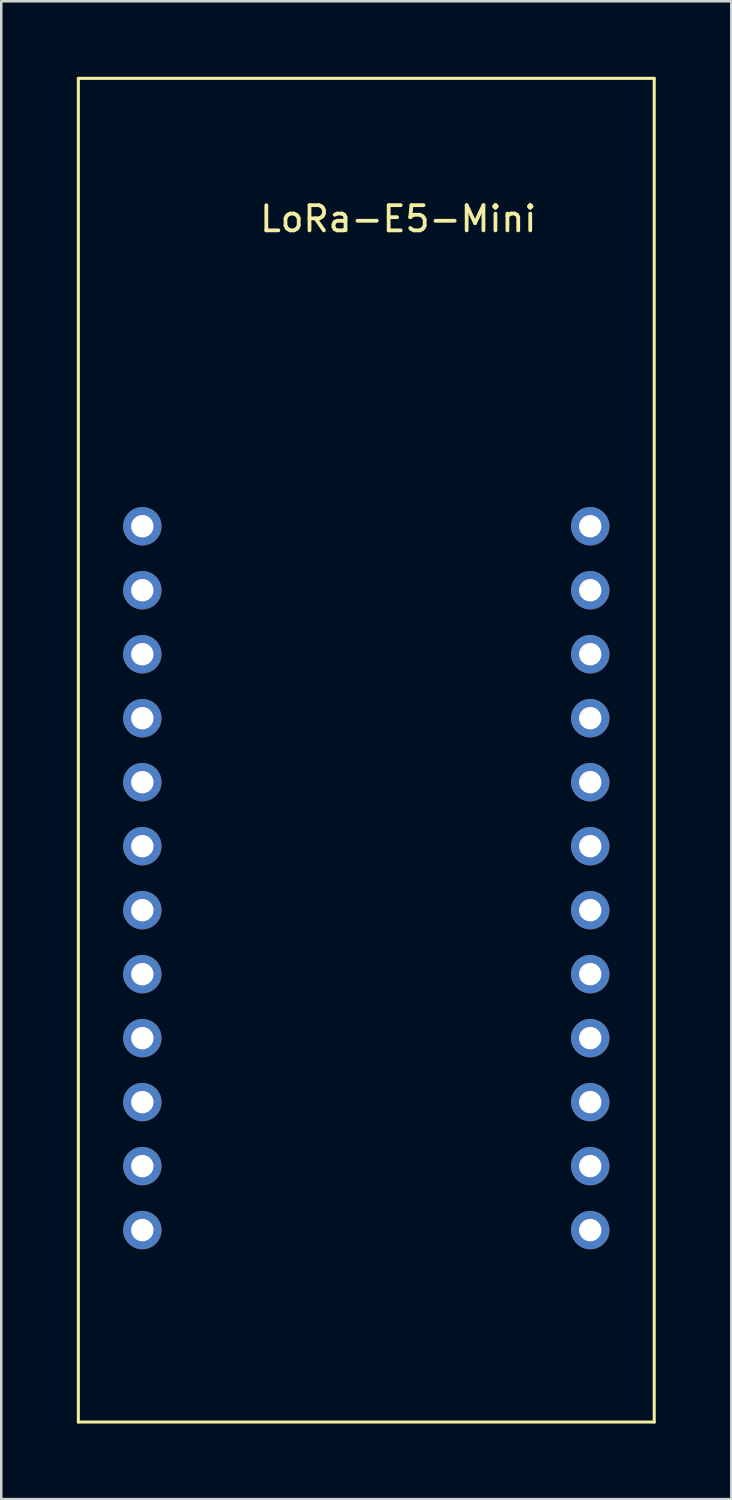
<source format=kicad_pcb>
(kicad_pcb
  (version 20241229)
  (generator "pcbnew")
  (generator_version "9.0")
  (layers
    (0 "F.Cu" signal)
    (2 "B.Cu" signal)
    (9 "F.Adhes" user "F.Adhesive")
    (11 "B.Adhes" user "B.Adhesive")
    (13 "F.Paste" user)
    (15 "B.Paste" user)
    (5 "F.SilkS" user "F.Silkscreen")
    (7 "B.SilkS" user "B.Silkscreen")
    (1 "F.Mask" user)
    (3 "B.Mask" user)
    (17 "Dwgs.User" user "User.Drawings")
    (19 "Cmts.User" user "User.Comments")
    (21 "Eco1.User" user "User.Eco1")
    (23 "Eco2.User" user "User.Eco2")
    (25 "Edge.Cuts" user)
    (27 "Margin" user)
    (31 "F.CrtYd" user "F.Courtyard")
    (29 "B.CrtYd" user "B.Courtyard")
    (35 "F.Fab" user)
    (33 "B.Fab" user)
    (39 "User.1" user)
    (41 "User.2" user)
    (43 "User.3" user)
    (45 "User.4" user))
  (footprint "LoRa-E5-Mini"
    (layer "F.Cu")
    (at 11.49 30.54)
    (property "Reference" "LoRa-E5-Mini" (at 1.27 -24.9 0) (layer "F.SilkS") (effects (font (size 1 1) (thickness 0.15))))
    (attr through_hole)
    (fp_line (start -11.43 -30.48) (end 11.43 -30.48) (stroke (width 0.12) (type solid)) (layer "F.SilkS"))
    (fp_line (start -11.43 22.86) (end -11.43 -30.48) (stroke (width 0.12) (type solid)) (layer "F.SilkS"))
    (fp_line (start 11.43 -30.48) (end 11.43 22.86) (stroke (width 0.12) (type solid)) (layer "F.SilkS"))
    (fp_line (start 11.43 22.86) (end -11.43 22.86) (stroke (width 0.12) (type solid)) (layer "F.SilkS"))
    (pad "3.3V" thru_hole circle (at 8.89 -10.16) (size 1.524 1.524) (drill 0.889) (layers "*.Cu" "*.Mask"))
    (pad "5V" thru_hole circle (at 8.89 -12.7) (size 1.524 1.524) (drill 0.889) (layers "*.Cu" "*.Mask"))
    (pad "A3" thru_hole circle (at -8.89 -2.54) (size 1.524 1.524) (drill 0.889) (layers "*.Cu" "*.Mask"))
    (pad "A4" thru_hole circle (at -8.89 -5.08) (size 1.524 1.524) (drill 0.889) (layers "*.Cu" "*.Mask"))
    (pad "D0" thru_hole circle (at -8.89 5.08) (size 1.524 1.524) (drill 0.889) (layers "*.Cu" "*.Mask"))
    (pad "D9" thru_hole circle (at 8.89 15.24) (size 1.524 1.524) (drill 0.889) (layers "*.Cu" "*.Mask"))
    (pad "D10" thru_hole circle (at 8.89 12.7) (size 1.524 1.524) (drill 0.889) (layers "*.Cu" "*.Mask"))
    (pad "DIO" thru_hole circle (at 8.89 -7.62) (size 1.524 1.524) (drill 0.889) (layers "*.Cu" "*.Mask"))
    (pad "DLK" thru_hole circle (at 8.89 -5.08) (size 1.524 1.524) (drill 0.889) (layers "*.Cu" "*.Mask"))
    (pad "GND" thru_hole circle (at -8.89 -12.7) (size 1.524 1.524) (drill 0.889) (layers "*.Cu" "*.Mask"))
    (pad "GND" thru_hole circle (at 8.89 0) (size 1.524 1.524) (drill 0.889) (layers "*.Cu" "*.Mask"))
    (pad "MISO" thru_hole circle (at 8.89 5.08) (size 1.524 1.524) (drill 0.889) (layers "*.Cu" "*.Mask"))
    (pad "MOSI" thru_hole circle (at 8.89 2.54) (size 1.524 1.524) (drill 0.889) (layers "*.Cu" "*.Mask"))
    (pad "NSS" thru_hole circle (at 8.89 7.62) (size 1.524 1.524) (drill 0.889) (layers "*.Cu" "*.Mask"))
    (pad "RST" thru_hole circle (at 8.89 -2.54) (size 1.524 1.524) (drill 0.889) (layers "*.Cu" "*.Mask"))
    (pad "RX" thru_hole circle (at -8.89 0) (size 1.524 1.524) (drill 0.889) (layers "*.Cu" "*.Mask"))
    (pad "RX1" thru_hole circle (at -8.89 7.62) (size 1.524 1.524) (drill 0.889) (layers "*.Cu" "*.Mask"))
    (pad "RX2" thru_hole circle (at -8.89 12.7) (size 1.524 1.524) (drill 0.889) (layers "*.Cu" "*.Mask"))
    (pad "SCK" thru_hole circle (at 8.89 10.16) (size 1.524 1.524) (drill 0.889) (layers "*.Cu" "*.Mask"))
    (pad "SCL" thru_hole circle (at -8.89 -10.16) (size 1.524 1.524) (drill 0.889) (layers "*.Cu" "*.Mask"))
    (pad "SDA" thru_hole circle (at -8.89 -7.62) (size 1.524 1.524) (drill 0.889) (layers "*.Cu" "*.Mask"))
    (pad "TX" thru_hole circle (at -8.89 2.54) (size 1.524 1.524) (drill 0.889) (layers "*.Cu" "*.Mask"))
    (pad "TX1" thru_hole circle (at -8.89 10.16) (size 1.524 1.524) (drill 0.889) (layers "*.Cu" "*.Mask"))
    (pad "TX2" thru_hole circle (at -8.89 15.24) (size 1.524 1.524) (drill 0.889) (layers "*.Cu" "*.Mask")))
  (gr_rect
    (start -3 -3)
    (end 25.98 56.46)
    (stroke (width 0.1) (type default))
    (fill no)
    (layer "Edge.Cuts")))
</source>
